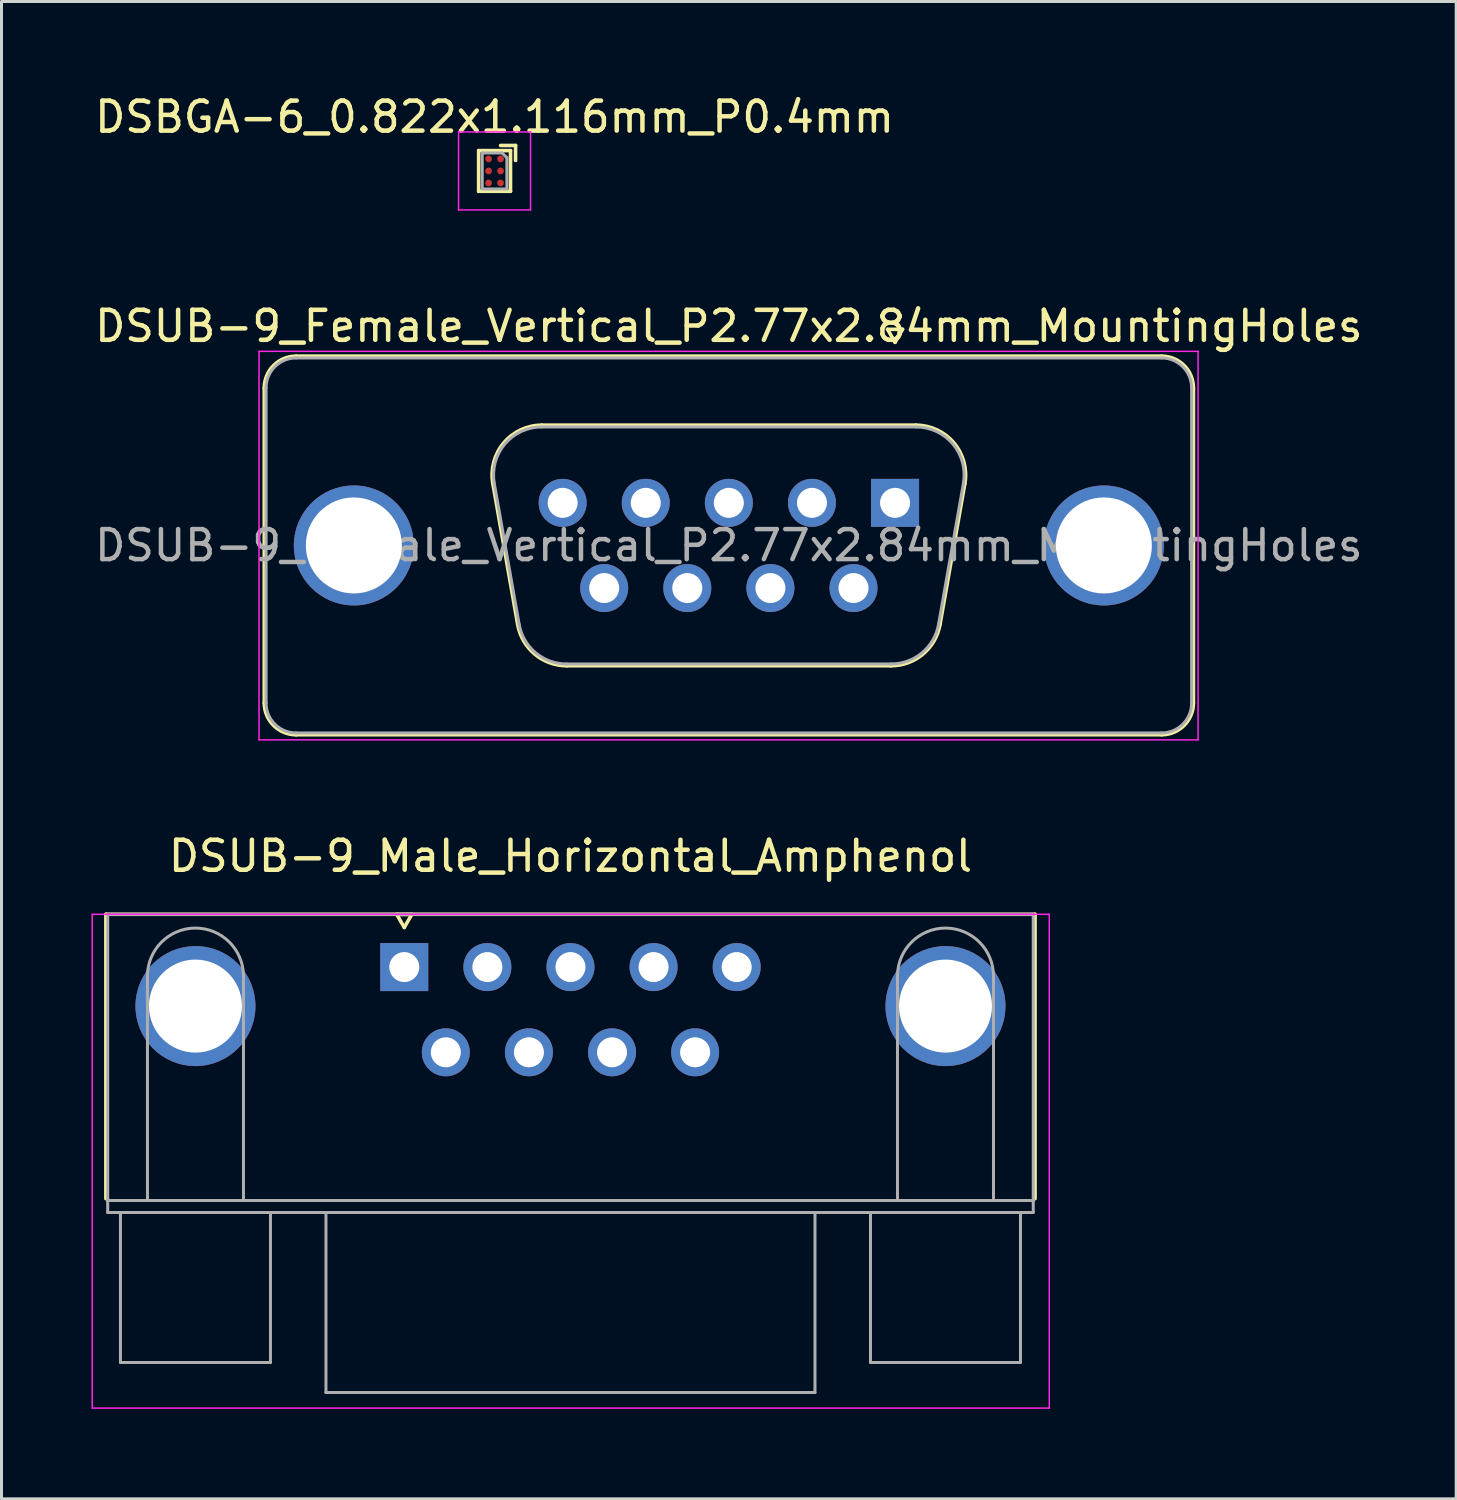
<source format=kicad_pcb>
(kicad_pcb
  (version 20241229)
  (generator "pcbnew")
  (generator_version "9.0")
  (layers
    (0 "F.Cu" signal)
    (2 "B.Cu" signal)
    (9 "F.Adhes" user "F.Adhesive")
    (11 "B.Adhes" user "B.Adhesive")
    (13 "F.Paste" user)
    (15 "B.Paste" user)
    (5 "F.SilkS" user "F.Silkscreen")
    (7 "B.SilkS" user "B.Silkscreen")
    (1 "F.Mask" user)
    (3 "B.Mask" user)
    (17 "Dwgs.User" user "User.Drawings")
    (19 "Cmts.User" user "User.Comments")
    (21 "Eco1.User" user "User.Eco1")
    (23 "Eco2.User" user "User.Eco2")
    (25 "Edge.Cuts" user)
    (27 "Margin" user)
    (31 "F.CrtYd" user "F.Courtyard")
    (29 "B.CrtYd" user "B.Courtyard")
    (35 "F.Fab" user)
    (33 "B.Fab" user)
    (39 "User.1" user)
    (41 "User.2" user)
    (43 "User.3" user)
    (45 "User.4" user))
  (footprint "DSBGA-6_0.822x1.116mm_P0.4mm"
    (layer "F.Cu")
    (at 13.435 2.648)
    (property "Reference" "DSBGA-6_0.822x1.116mm_P0.4mm" (at 0 -1.8 0) (layer "F.SilkS") (effects (font (size 1 1) (thickness 0.15))))
    (attr smd)
    (fp_line (start -0.531 -0.678) (end -0.531 0.678) (stroke (width 0.12) (type solid)) (layer "F.SilkS"))
    (fp_line (start -0.531 0.678) (end 0.531 0.678) (stroke (width 0.12) (type solid)) (layer "F.SilkS"))
    (fp_line (start 0.531 -0.678) (end -0.531 -0.678) (stroke (width 0.12) (type solid)) (layer "F.SilkS"))
    (fp_line (start 0.531 -0.678) (end 0.531 0.678) (stroke (width 0.12) (type solid)) (layer "F.SilkS"))
    (fp_line (start 0.7 -0.85) (end 0.2 -0.85) (stroke (width 0.12) (type solid)) (layer "F.SilkS"))
    (fp_line (start 0.7 -0.85) (end 0.7 -0.35) (stroke (width 0.12) (type solid)) (layer "F.SilkS"))
    (fp_line (start -1.2 -1.3) (end -1.2 1.3) (stroke (width 0.05) (type solid)) (layer "F.CrtYd"))
    (fp_line (start -1.2 -1.3) (end 1.2 -1.3) (stroke (width 0.05) (type solid)) (layer "F.CrtYd"))
    (fp_line (start 1.2 1.3) (end -1.2 1.3) (stroke (width 0.05) (type solid)) (layer "F.CrtYd"))
    (fp_line (start 1.2 1.3) (end 1.2 -1.3) (stroke (width 0.05) (type solid)) (layer "F.CrtYd"))
    (fp_line (start -0.411 -0.6) (end -0.411 0.6) (stroke (width 0.1) (type solid)) (layer "F.Fab"))
    (fp_line (start -0.411 0.6) (end 0.411 0.6) (stroke (width 0.1) (type solid)) (layer "F.Fab"))
    (fp_line (start 0.251 -0.6) (end -0.411 -0.6) (stroke (width 0.1) (type solid)) (layer "F.Fab"))
    (fp_line (start 0.251 -0.6) (end 0.411 -0.44) (stroke (width 0.1) (type solid)) (layer "F.Fab"))
    (fp_line (start 0.411 0.6) (end 0.411 -0.44) (stroke (width 0.1) (type solid)) (layer "F.Fab"))
    (pad "" smd rect (at -0.2 -0.4) (size 0.25 0.25) (layers "F.Paste"))
    (pad "" smd rect (at -0.2 0) (size 0.25 0.25) (layers "F.Paste"))
    (pad "" smd rect (at -0.2 0.4) (size 0.25 0.25) (layers "F.Paste"))
    (pad "" smd rect (at 0.2 -0.4) (size 0.25 0.25) (layers "F.Paste"))
    (pad "" smd rect (at 0.2 0) (size 0.25 0.25) (layers "F.Paste"))
    (pad "" smd rect (at 0.2 0.4) (size 0.25 0.25) (layers "F.Paste"))
    (pad "A1" smd circle (at 0.2 -0.4) (size 0.225 0.225) (layers "F.Cu" "F.Mask"))
    (pad "A2" smd circle (at 0.2 0) (size 0.225 0.225) (layers "F.Cu" "F.Mask"))
    (pad "A3" smd circle (at 0.2 0.4) (size 0.225 0.225) (layers "F.Cu" "F.Mask"))
    (pad "B1" smd circle (at -0.2 -0.4) (size 0.225 0.225) (layers "F.Cu" "F.Mask"))
    (pad "B2" smd circle (at -0.2 0) (size 0.225 0.225) (layers "F.Cu" "F.Mask"))
    (pad "B3" smd circle (at -0.2 0.4) (size 0.225 0.225) (layers "F.Cu" "F.Mask")))
  (footprint "DSUB-9_Female_Vertical_P2.77x2.84mm_MountingHoles"
    (layer "F.Cu")
    (at 26.784 13.711)
    (property "Reference" "DSUB-9_Female_Vertical_P2.77x2.84mm_MountingHoles" (at -5.54 -5.89 0) (layer "F.SilkS") (effects (font (size 1 1) (thickness 0.15))))
    (attr through_hole)
    (fp_line (start -21.025 6.67) (end -21.025 -3.83) (stroke (width 0.12) (type solid)) (layer "F.SilkS"))
    (fp_line (start -19.965 -4.89) (end 8.885 -4.89) (stroke (width 0.12) (type solid)) (layer "F.SilkS"))
    (fp_line (start -13.406 -0.642) (end -12.578 4.058) (stroke (width 0.12) (type solid)) (layer "F.SilkS"))
    (fp_line (start -11.772 -2.59) (end 0.692 -2.59) (stroke (width 0.12) (type solid)) (layer "F.SilkS"))
    (fp_line (start -10.943 5.43) (end -0.137 5.43) (stroke (width 0.12) (type solid)) (layer "F.SilkS"))
    (fp_line (start -0.25 -5.784) (end 0.25 -5.784) (stroke (width 0.12) (type solid)) (layer "F.SilkS"))
    (fp_line (start 0 -5.351) (end -0.25 -5.784) (stroke (width 0.12) (type solid)) (layer "F.SilkS"))
    (fp_line (start 0.25 -5.784) (end 0 -5.351) (stroke (width 0.12) (type solid)) (layer "F.SilkS"))
    (fp_line (start 2.326 -0.642) (end 1.498 4.058) (stroke (width 0.12) (type solid)) (layer "F.SilkS"))
    (fp_line (start 8.885 7.73) (end -19.965 7.73) (stroke (width 0.12) (type solid)) (layer "F.SilkS"))
    (fp_line (start 9.945 -3.83) (end 9.945 6.67) (stroke (width 0.12) (type solid)) (layer "F.SilkS"))
    (fp_arc (start -21.025 -3.83) (mid -20.714533 -4.579533) (end -19.965 -4.89) (stroke (width 0.12) (type solid)) (layer "F.SilkS"))
    (fp_arc (start -19.965 7.73) (mid -20.714533 7.419533) (end -21.025 6.67) (stroke (width 0.12) (type solid)) (layer "F.SilkS"))
    (fp_arc (start -13.40647 -0.641744) (mid -13.043323 -1.997028) (end -11.771689 -2.59) (stroke (width 0.12) (type solid)) (layer "F.SilkS"))
    (fp_arc (start -10.942952 5.43) (mid -12.009979 5.041634) (end -12.577733 4.058256) (stroke (width 0.12) (type solid)) (layer "F.SilkS"))
    (fp_arc (start 0.691689 -2.59) (mid 1.963323 -1.997027) (end 2.32647 -0.641744) (stroke (width 0.12) (type solid)) (layer "F.SilkS"))
    (fp_arc (start 1.497733 4.058256) (mid 0.92998 5.041634) (end -0.137048 5.43) (stroke (width 0.12) (type solid)) (layer "F.SilkS"))
    (fp_arc (start 8.885 -4.89) (mid 9.634533 -4.579533) (end 9.945 -3.83) (stroke (width 0.12) (type solid)) (layer "F.SilkS"))
    (fp_arc (start 9.945 6.67) (mid 9.634533 7.419533) (end 8.885 7.73) (stroke (width 0.12) (type solid)) (layer "F.SilkS"))
    (fp_line (start -21.2 -5.05) (end -21.2 7.9) (stroke (width 0.05) (type solid)) (layer "F.CrtYd"))
    (fp_line (start -21.2 7.9) (end 10.1 7.9) (stroke (width 0.05) (type solid)) (layer "F.CrtYd"))
    (fp_line (start 10.1 -5.05) (end -21.2 -5.05) (stroke (width 0.05) (type solid)) (layer "F.CrtYd"))
    (fp_line (start 10.1 7.9) (end 10.1 -5.05) (stroke (width 0.05) (type solid)) (layer "F.CrtYd"))
    (fp_line (start -20.965 6.67) (end -20.965 -3.83) (stroke (width 0.1) (type solid)) (layer "F.Fab"))
    (fp_line (start -19.965 -4.83) (end 8.885 -4.83) (stroke (width 0.1) (type solid)) (layer "F.Fab"))
    (fp_line (start -13.359 -0.652) (end -12.53 4.048) (stroke (width 0.1) (type solid)) (layer "F.Fab"))
    (fp_line (start -11.783 -2.53) (end 0.703 -2.53) (stroke (width 0.1) (type solid)) (layer "F.Fab"))
    (fp_line (start -10.954 5.37) (end -0.126 5.37) (stroke (width 0.1) (type solid)) (layer "F.Fab"))
    (fp_line (start 2.279 -0.652) (end 1.45 4.048) (stroke (width 0.1) (type solid)) (layer "F.Fab"))
    (fp_line (start 8.885 7.67) (end -19.965 7.67) (stroke (width 0.1) (type solid)) (layer "F.Fab"))
    (fp_line (start 9.885 -3.83) (end 9.885 6.67) (stroke (width 0.1) (type solid)) (layer "F.Fab"))
    (fp_arc (start -20.965 -3.83) (mid -20.672107 -4.537107) (end -19.965 -4.83) (stroke (width 0.1) (type solid)) (layer "F.Fab"))
    (fp_arc (start -19.965 7.67) (mid -20.672107 7.377107) (end -20.965 6.67) (stroke (width 0.1) (type solid)) (layer "F.Fab"))
    (fp_arc (start -13.358886 -0.652163) (mid -13.008865 -1.95846) (end -11.783194 -2.53) (stroke (width 0.1) (type solid)) (layer "F.Fab"))
    (fp_arc (start -10.954457 5.37) (mid -11.982917 4.995671) (end -12.530149 4.047837) (stroke (width 0.1) (type solid)) (layer "F.Fab"))
    (fp_arc (start 0.703194 -2.53) (mid 1.928865 -1.95846) (end 2.278886 -0.652163) (stroke (width 0.1) (type solid)) (layer "F.Fab"))
    (fp_arc (start 1.450149 4.047837) (mid 0.902917 4.995671) (end -0.125543 5.37) (stroke (width 0.1) (type solid)) (layer "F.Fab"))
    (fp_arc (start 8.885 -4.83) (mid 9.592107 -4.537107) (end 9.885 -3.83) (stroke (width 0.1) (type solid)) (layer "F.Fab"))
    (fp_arc (start 9.885 6.67) (mid 9.592107 7.377107) (end 8.885 7.67) (stroke (width 0.1) (type solid)) (layer "F.Fab"))
    (fp_text user "${REFERENCE}" (at -5.54 1.42 0) (layer "F.Fab") (effects (font (size 1 1) (thickness 0.15))))
    (pad "0" thru_hole circle (at -18.04 1.42) (size 4 4) (drill 3.2) (layers "*.Cu" "*.Mask"))
    (pad "0" thru_hole circle (at 6.96 1.42) (size 4 4) (drill 3.2) (layers "*.Cu" "*.Mask"))
    (pad "1" thru_hole rect (at 0 0) (size 1.6 1.6) (drill 1) (layers "*.Cu" "*.Mask"))
    (pad "2" thru_hole circle (at -2.77 0) (size 1.6 1.6) (drill 1) (layers "*.Cu" "*.Mask"))
    (pad "3" thru_hole circle (at -5.54 0) (size 1.6 1.6) (drill 1) (layers "*.Cu" "*.Mask"))
    (pad "4" thru_hole circle (at -8.31 0) (size 1.6 1.6) (drill 1) (layers "*.Cu" "*.Mask"))
    (pad "5" thru_hole circle (at -11.08 0) (size 1.6 1.6) (drill 1) (layers "*.Cu" "*.Mask"))
    (pad "6" thru_hole circle (at -1.385 2.84) (size 1.6 1.6) (drill 1) (layers "*.Cu" "*.Mask"))
    (pad "7" thru_hole circle (at -4.155 2.84) (size 1.6 1.6) (drill 1) (layers "*.Cu" "*.Mask"))
    (pad "8" thru_hole circle (at -6.925 2.84) (size 1.6 1.6) (drill 1) (layers "*.Cu" "*.Mask"))
    (pad "9" thru_hole circle (at -9.695 2.84) (size 1.6 1.6) (drill 1) (layers "*.Cu" "*.Mask")))
  (footprint "DSUB-9_Male_Horizontal_Amphenol"
    (layer "F.Cu")
    (at 10.425 29.185)
    (property "Reference" "DSUB-9_Male_Horizontal_Amphenol" (at 5.54 -3.7 0) (layer "F.SilkS") (effects (font (size 1 1) (thickness 0.15))))
    (attr through_hole)
    (fp_line (start -9.945 -1.76) (end 21.025 -1.76) (stroke (width 0.12) (type solid)) (layer "F.SilkS"))
    (fp_line (start -9.945 7.72) (end -9.945 -1.76) (stroke (width 0.12) (type solid)) (layer "F.SilkS"))
    (fp_line (start -0.25 -1.754) (end 0.25 -1.754) (stroke (width 0.12) (type solid)) (layer "F.SilkS"))
    (fp_line (start 0 -1.321) (end -0.25 -1.754) (stroke (width 0.12) (type solid)) (layer "F.SilkS"))
    (fp_line (start 0.25 -1.754) (end 0 -1.321) (stroke (width 0.12) (type solid)) (layer "F.SilkS"))
    (fp_line (start 21.025 -1.76) (end 21.025 7.72) (stroke (width 0.12) (type solid)) (layer "F.SilkS"))
    (fp_line (start -10.4 -1.76) (end -10.4 14.7) (stroke (width 0.05) (type solid)) (layer "F.CrtYd"))
    (fp_line (start -10.4 14.7) (end 21.5 14.7) (stroke (width 0.05) (type solid)) (layer "F.CrtYd"))
    (fp_line (start 21.5 -1.76) (end -10.4 -1.76) (stroke (width 0.05) (type solid)) (layer "F.CrtYd"))
    (fp_line (start 21.5 14.7) (end 21.5 -1.76) (stroke (width 0.05) (type solid)) (layer "F.CrtYd"))
    (fp_line (start -9.885 -1.76) (end -9.885 7.78) (stroke (width 0.1) (type solid)) (layer "F.Fab"))
    (fp_line (start -9.885 7.78) (end -9.885 8.18) (stroke (width 0.1) (type solid)) (layer "F.Fab"))
    (fp_line (start -9.885 7.78) (end 20.965 7.78) (stroke (width 0.1) (type solid)) (layer "F.Fab"))
    (fp_line (start -9.885 8.18) (end 20.965 8.18) (stroke (width 0.1) (type solid)) (layer "F.Fab"))
    (fp_line (start -9.46 8.18) (end -9.46 13.18) (stroke (width 0.1) (type solid)) (layer "F.Fab"))
    (fp_line (start -9.46 13.18) (end -4.46 13.18) (stroke (width 0.1) (type solid)) (layer "F.Fab"))
    (fp_line (start -8.56 7.78) (end -8.56 0.3) (stroke (width 0.1) (type solid)) (layer "F.Fab"))
    (fp_line (start -5.36 7.78) (end -5.36 0.3) (stroke (width 0.1) (type solid)) (layer "F.Fab"))
    (fp_line (start -4.46 8.18) (end -9.46 8.18) (stroke (width 0.1) (type solid)) (layer "F.Fab"))
    (fp_line (start -4.46 13.18) (end -4.46 8.18) (stroke (width 0.1) (type solid)) (layer "F.Fab"))
    (fp_line (start -2.61 8.18) (end -2.61 14.18) (stroke (width 0.1) (type solid)) (layer "F.Fab"))
    (fp_line (start -2.61 14.18) (end 13.69 14.18) (stroke (width 0.1) (type solid)) (layer "F.Fab"))
    (fp_line (start 13.69 8.18) (end -2.61 8.18) (stroke (width 0.1) (type solid)) (layer "F.Fab"))
    (fp_line (start 13.69 14.18) (end 13.69 8.18) (stroke (width 0.1) (type solid)) (layer "F.Fab"))
    (fp_line (start 15.54 8.18) (end 15.54 13.18) (stroke (width 0.1) (type solid)) (layer "F.Fab"))
    (fp_line (start 15.54 13.18) (end 20.54 13.18) (stroke (width 0.1) (type solid)) (layer "F.Fab"))
    (fp_line (start 16.44 7.78) (end 16.44 0.3) (stroke (width 0.1) (type solid)) (layer "F.Fab"))
    (fp_line (start 19.64 7.78) (end 19.64 0.3) (stroke (width 0.1) (type solid)) (layer "F.Fab"))
    (fp_line (start 20.54 8.18) (end 15.54 8.18) (stroke (width 0.1) (type solid)) (layer "F.Fab"))
    (fp_line (start 20.54 13.18) (end 20.54 8.18) (stroke (width 0.1) (type solid)) (layer "F.Fab"))
    (fp_line (start 20.965 -1.76) (end -9.885 -1.76) (stroke (width 0.1) (type solid)) (layer "F.Fab"))
    (fp_line (start 20.965 7.78) (end -9.885 7.78) (stroke (width 0.1) (type solid)) (layer "F.Fab"))
    (fp_line (start 20.965 7.78) (end 20.965 -1.76) (stroke (width 0.1) (type solid)) (layer "F.Fab"))
    (fp_line (start 20.965 8.18) (end 20.965 7.78) (stroke (width 0.1) (type solid)) (layer "F.Fab"))
    (fp_arc (start -8.56 0.3) (mid -6.96 -1.3) (end -5.36 0.3) (stroke (width 0.1) (type solid)) (layer "F.Fab"))
    (fp_arc (start 16.44 0.3) (mid 18.04 -1.3) (end 19.64 0.3) (stroke (width 0.1) (type solid)) (layer "F.Fab"))
    (pad "0" thru_hole circle (at -6.96 1.3) (size 4 4) (drill 3.1) (layers "*.Cu" "*.Mask"))
    (pad "0" thru_hole circle (at 18.04 1.3) (size 4 4) (drill 3.1) (layers "*.Cu" "*.Mask"))
    (pad "1" thru_hole rect (at 0 0) (size 1.6 1.6) (drill 1) (layers "*.Cu" "*.Mask"))
    (pad "2" thru_hole circle (at 2.77 0) (size 1.6 1.6) (drill 1) (layers "*.Cu" "*.Mask"))
    (pad "3" thru_hole circle (at 5.54 0) (size 1.6 1.6) (drill 1) (layers "*.Cu" "*.Mask"))
    (pad "4" thru_hole circle (at 8.31 0) (size 1.6 1.6) (drill 1) (layers "*.Cu" "*.Mask"))
    (pad "5" thru_hole circle (at 11.08 0) (size 1.6 1.6) (drill 1) (layers "*.Cu" "*.Mask"))
    (pad "6" thru_hole circle (at 1.385 2.84) (size 1.6 1.6) (drill 1) (layers "*.Cu" "*.Mask"))
    (pad "7" thru_hole circle (at 4.155 2.84) (size 1.6 1.6) (drill 1) (layers "*.Cu" "*.Mask"))
    (pad "8" thru_hole circle (at 6.925 2.84) (size 1.6 1.6) (drill 1) (layers "*.Cu" "*.Mask"))
    (pad "9" thru_hole circle (at 9.695 2.84) (size 1.6 1.6) (drill 1) (layers "*.Cu" "*.Mask")))
  (gr_rect
    (start -3 -3)
    (end 45.488 46.91)
    (stroke (width 0.1) (type default))
    (fill no)
    (layer "Edge.Cuts")))
</source>
